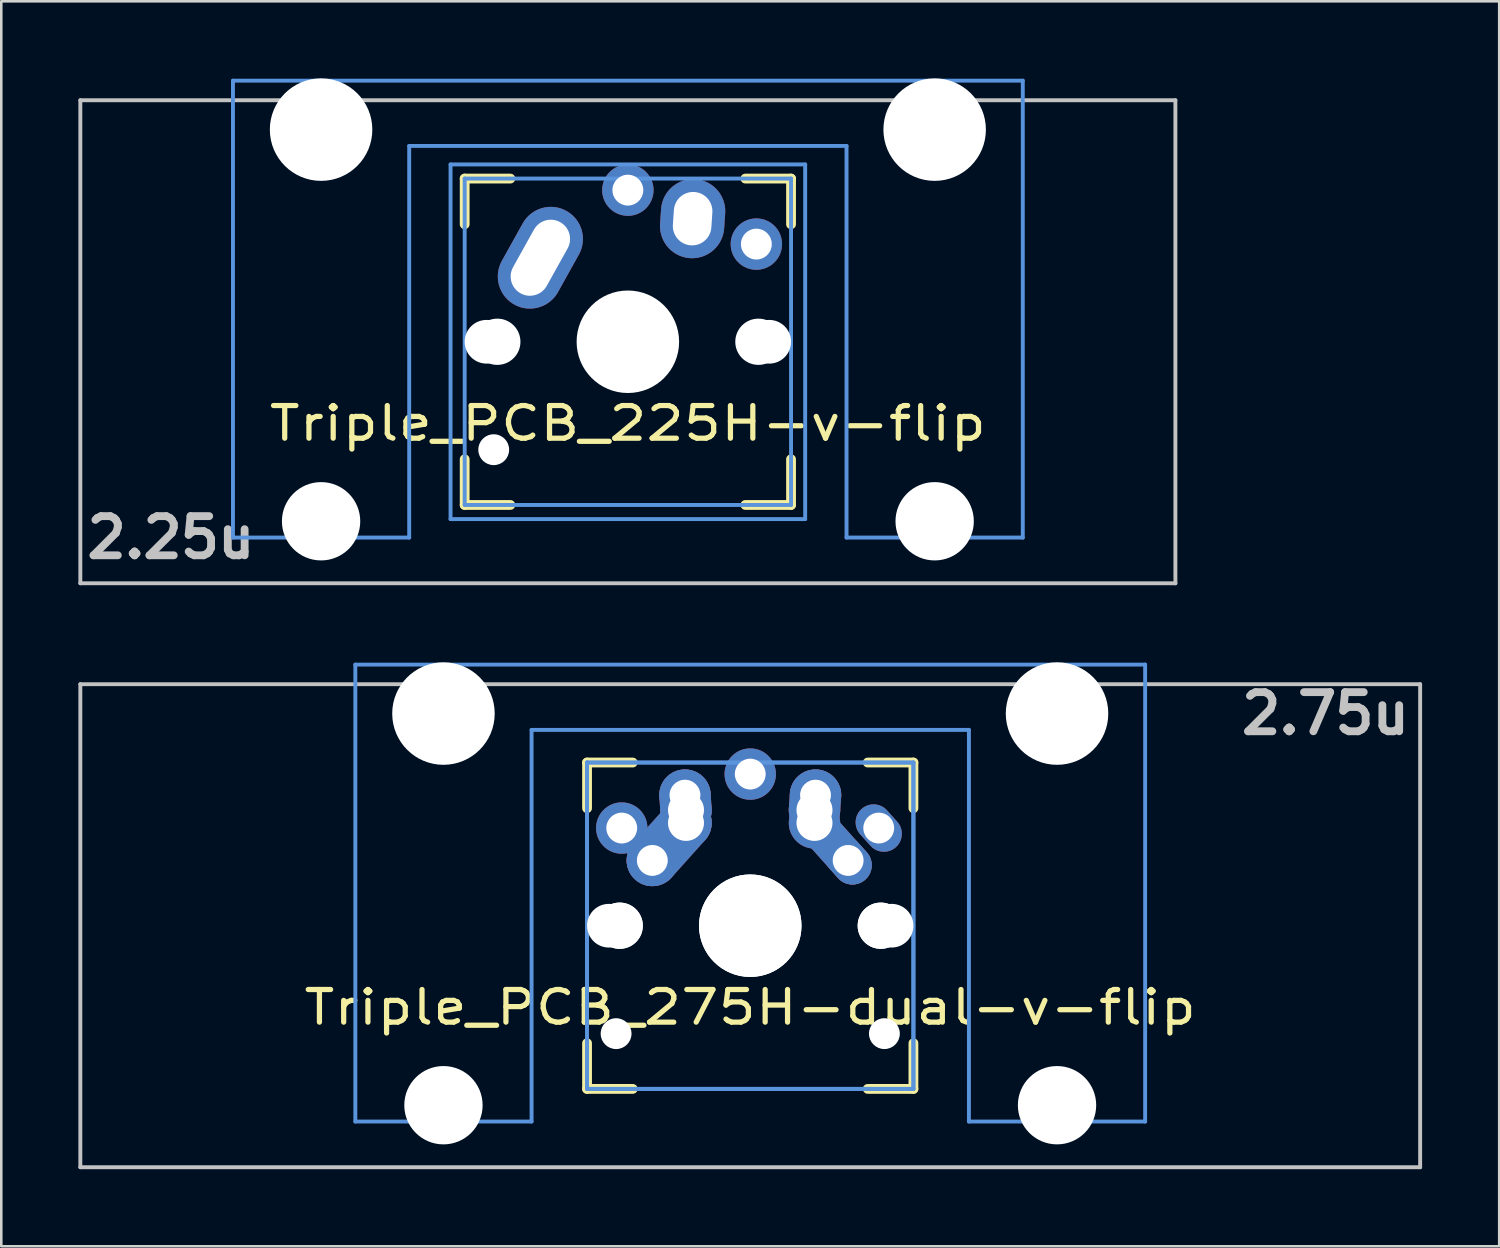
<source format=kicad_pcb>
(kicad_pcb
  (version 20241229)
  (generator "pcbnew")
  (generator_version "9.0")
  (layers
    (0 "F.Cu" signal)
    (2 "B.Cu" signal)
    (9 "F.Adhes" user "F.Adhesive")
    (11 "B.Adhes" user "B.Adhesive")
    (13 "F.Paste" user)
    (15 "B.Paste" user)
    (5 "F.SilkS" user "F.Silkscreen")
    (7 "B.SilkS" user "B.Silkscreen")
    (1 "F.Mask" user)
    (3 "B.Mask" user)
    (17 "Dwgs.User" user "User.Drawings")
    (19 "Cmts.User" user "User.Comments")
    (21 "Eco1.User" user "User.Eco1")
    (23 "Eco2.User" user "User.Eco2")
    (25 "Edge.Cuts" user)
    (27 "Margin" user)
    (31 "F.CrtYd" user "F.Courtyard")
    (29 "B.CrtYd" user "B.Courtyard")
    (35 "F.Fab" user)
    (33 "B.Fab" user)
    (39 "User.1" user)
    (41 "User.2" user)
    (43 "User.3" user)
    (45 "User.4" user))
  (footprint "Triple_PCB_275H-dual-v-flip"
    (layer "F.Cu")
    (at 26.144 32.972)
    (property "Reference" "Triple_PCB_275H-dual-v-flip" (at 0 3.175 0) (layer "F.SilkS") (effects (font (size 1.27 1.524) (thickness 0.203))))
    (attr through_hole)
    (fp_line (start -6.35 -6.35) (end -4.572 -6.35) (stroke (width 0.381) (type solid)) (layer "F.SilkS"))
    (fp_line (start -6.35 -4.572) (end -6.35 -6.35) (stroke (width 0.381) (type solid)) (layer "F.SilkS"))
    (fp_line (start -6.35 6.35) (end -6.35 4.572) (stroke (width 0.381) (type solid)) (layer "F.SilkS"))
    (fp_line (start -4.572 6.35) (end -6.35 6.35) (stroke (width 0.381) (type solid)) (layer "F.SilkS"))
    (fp_line (start 4.572 -6.35) (end 6.35 -6.35) (stroke (width 0.381) (type solid)) (layer "F.SilkS"))
    (fp_line (start 6.35 -6.35) (end 6.35 -4.572) (stroke (width 0.381) (type solid)) (layer "F.SilkS"))
    (fp_line (start 6.35 4.572) (end 6.35 6.35) (stroke (width 0.381) (type solid)) (layer "F.SilkS"))
    (fp_line (start 6.35 6.35) (end 4.572 6.35) (stroke (width 0.381) (type solid)) (layer "F.SilkS"))
    (fp_line (start -26.068 -9.398) (end 26.068 -9.398) (stroke (width 0.152) (type solid)) (layer "Dwgs.User"))
    (fp_line (start -26.068 9.398) (end -26.068 -9.398) (stroke (width 0.152) (type solid)) (layer "Dwgs.User"))
    (fp_line (start 26.068 -9.398) (end 26.068 9.398) (stroke (width 0.152) (type solid)) (layer "Dwgs.User"))
    (fp_line (start 26.068 9.398) (end -26.068 9.398) (stroke (width 0.152) (type solid)) (layer "Dwgs.User"))
    (fp_line (start -15.367 -10.16) (end -15.367 7.62) (stroke (width 0.152) (type solid)) (layer "Cmts.User"))
    (fp_line (start -15.367 7.62) (end -8.509 7.62) (stroke (width 0.152) (type solid)) (layer "Cmts.User"))
    (fp_line (start -8.509 -7.62) (end 8.509 -7.62) (stroke (width 0.152) (type solid)) (layer "Cmts.User"))
    (fp_line (start -8.509 7.62) (end -8.509 -7.62) (stroke (width 0.152) (type solid)) (layer "Cmts.User"))
    (fp_line (start -6.35 -6.35) (end 6.35 -6.35) (stroke (width 0.152) (type solid)) (layer "Cmts.User"))
    (fp_line (start -6.35 -6.35) (end 6.35 -6.35) (stroke (width 0.152) (type solid)) (layer "Cmts.User"))
    (fp_line (start -6.35 6.35) (end -6.35 -6.35) (stroke (width 0.152) (type solid)) (layer "Cmts.User"))
    (fp_line (start -6.35 6.35) (end -6.35 -6.35) (stroke (width 0.152) (type solid)) (layer "Cmts.User"))
    (fp_line (start 6.35 -6.35) (end 6.35 6.35) (stroke (width 0.152) (type solid)) (layer "Cmts.User"))
    (fp_line (start 6.35 -6.35) (end 6.35 6.35) (stroke (width 0.152) (type solid)) (layer "Cmts.User"))
    (fp_line (start 6.35 6.35) (end -6.35 6.35) (stroke (width 0.152) (type solid)) (layer "Cmts.User"))
    (fp_line (start 6.35 6.35) (end -6.35 6.35) (stroke (width 0.152) (type solid)) (layer "Cmts.User"))
    (fp_line (start 8.509 -7.62) (end 8.509 7.62) (stroke (width 0.152) (type solid)) (layer "Cmts.User"))
    (fp_line (start 8.509 7.62) (end 15.367 7.62) (stroke (width 0.152) (type solid)) (layer "Cmts.User"))
    (fp_line (start 15.367 -10.16) (end -15.367 -10.16) (stroke (width 0.152) (type solid)) (layer "Cmts.User"))
    (fp_line (start 15.367 7.62) (end 15.367 -10.16) (stroke (width 0.152) (type solid)) (layer "Cmts.User"))
    (fp_line (start -16.129 -0.508) (end -15.265 -0.508) (stroke (width 0.152) (type solid)) (layer "Eco2.User"))
    (fp_line (start -16.129 2.286) (end -16.129 -0.508) (stroke (width 0.152) (type solid)) (layer "Eco2.User"))
    (fp_line (start -15.265 -6.604) (end -14.224 -6.604) (stroke (width 0.152) (type solid)) (layer "Eco2.User"))
    (fp_line (start -15.265 -0.508) (end -15.265 -6.604) (stroke (width 0.152) (type solid)) (layer "Eco2.User"))
    (fp_line (start -15.265 2.286) (end -16.129 2.286) (stroke (width 0.152) (type solid)) (layer "Eco2.User"))
    (fp_line (start -15.265 5.69) (end -15.265 2.286) (stroke (width 0.152) (type solid)) (layer "Eco2.User"))
    (fp_line (start -14.224 -7.772) (end -9.652 -7.772) (stroke (width 0.152) (type solid)) (layer "Eco2.User"))
    (fp_line (start -14.224 -6.604) (end -14.224 -7.772) (stroke (width 0.152) (type solid)) (layer "Eco2.User"))
    (fp_line (start -9.652 -7.772) (end -9.652 -6.604) (stroke (width 0.152) (type solid)) (layer "Eco2.User"))
    (fp_line (start -9.652 -6.604) (end -8.611 -6.604) (stroke (width 0.152) (type solid)) (layer "Eco2.User"))
    (fp_line (start -8.611 -6.604) (end -8.611 -5.817) (stroke (width 0.152) (type solid)) (layer "Eco2.User"))
    (fp_line (start -8.611 -5.817) (end -6.985 -5.817) (stroke (width 0.152) (type solid)) (layer "Eco2.User"))
    (fp_line (start -8.611 4.877) (end -8.611 5.69) (stroke (width 0.152) (type solid)) (layer "Eco2.User"))
    (fp_line (start -8.611 5.69) (end -15.265 5.69) (stroke (width 0.152) (type solid)) (layer "Eco2.User"))
    (fp_line (start -7.5 -7.5) (end 7.5 -7.5) (stroke (width 0.152) (type solid)) (layer "Eco2.User"))
    (fp_line (start -7.5 7.5) (end -7.5 -7.5) (stroke (width 0.152) (type solid)) (layer "Eco2.User"))
    (fp_line (start -6.985 -6.985) (end 6.985 -6.985) (stroke (width 0.152) (type solid)) (layer "Eco2.User"))
    (fp_line (start -6.985 -6.985) (end 6.985 -6.985) (stroke (width 0.152) (type solid)) (layer "Eco2.User"))
    (fp_line (start -6.985 -5.817) (end -6.985 -6.985) (stroke (width 0.152) (type solid)) (layer "Eco2.User"))
    (fp_line (start -6.985 4.877) (end -8.611 4.877) (stroke (width 0.152) (type solid)) (layer "Eco2.User"))
    (fp_line (start -6.985 6.985) (end -6.985 -6.985) (stroke (width 0.152) (type solid)) (layer "Eco2.User"))
    (fp_line (start -6.985 6.985) (end -6.985 4.877) (stroke (width 0.152) (type solid)) (layer "Eco2.User"))
    (fp_line (start 6.985 -6.985) (end 6.985 -5.817) (stroke (width 0.152) (type solid)) (layer "Eco2.User"))
    (fp_line (start 6.985 -6.985) (end 6.985 6.985) (stroke (width 0.152) (type solid)) (layer "Eco2.User"))
    (fp_line (start 6.985 -5.817) (end 8.611 -5.817) (stroke (width 0.152) (type solid)) (layer "Eco2.User"))
    (fp_line (start 6.985 4.877) (end 6.985 6.985) (stroke (width 0.152) (type solid)) (layer "Eco2.User"))
    (fp_line (start 6.985 6.985) (end -6.985 6.985) (stroke (width 0.152) (type solid)) (layer "Eco2.User"))
    (fp_line (start 6.985 6.985) (end -6.985 6.985) (stroke (width 0.152) (type solid)) (layer "Eco2.User"))
    (fp_line (start 7.5 -7.5) (end 7.5 7.5) (stroke (width 0.152) (type solid)) (layer "Eco2.User"))
    (fp_line (start 7.5 7.5) (end -7.5 7.5) (stroke (width 0.152) (type solid)) (layer "Eco2.User"))
    (fp_line (start 8.611 -6.604) (end 9.652 -6.604) (stroke (width 0.152) (type solid)) (layer "Eco2.User"))
    (fp_line (start 8.611 -5.817) (end 8.611 -6.604) (stroke (width 0.152) (type solid)) (layer "Eco2.User"))
    (fp_line (start 8.611 4.877) (end 6.985 4.877) (stroke (width 0.152) (type solid)) (layer "Eco2.User"))
    (fp_line (start 8.611 5.69) (end 8.611 4.877) (stroke (width 0.152) (type solid)) (layer "Eco2.User"))
    (fp_line (start 9.652 -7.772) (end 14.224 -7.772) (stroke (width 0.152) (type solid)) (layer "Eco2.User"))
    (fp_line (start 9.652 -6.604) (end 9.652 -7.772) (stroke (width 0.152) (type solid)) (layer "Eco2.User"))
    (fp_line (start 14.224 -7.772) (end 14.224 -6.604) (stroke (width 0.152) (type solid)) (layer "Eco2.User"))
    (fp_line (start 14.224 -6.604) (end 15.265 -6.604) (stroke (width 0.152) (type solid)) (layer "Eco2.User"))
    (fp_line (start 15.265 -6.604) (end 15.265 -0.508) (stroke (width 0.152) (type solid)) (layer "Eco2.User"))
    (fp_line (start 15.265 -0.508) (end 16.129 -0.508) (stroke (width 0.152) (type solid)) (layer "Eco2.User"))
    (fp_line (start 15.265 2.286) (end 15.265 5.69) (stroke (width 0.152) (type solid)) (layer "Eco2.User"))
    (fp_line (start 15.265 5.69) (end 8.611 5.69) (stroke (width 0.152) (type solid)) (layer "Eco2.User"))
    (fp_line (start 16.129 -0.508) (end 16.129 2.286) (stroke (width 0.152) (type solid)) (layer "Eco2.User"))
    (fp_line (start 16.129 2.286) (end 15.265 2.286) (stroke (width 0.152) (type solid)) (layer "Eco2.User"))
    (fp_text user "2.75u" (at 22.385 -8.255 180) (layer "Dwgs.User") (effects (font (size 1.524 1.524) (thickness 0.305))))
    (pad "" np_thru_hole circle (at -11.938 -8.255 180) (size 3.988 3.988) (drill 3.988) (layers "*.Cu"))
    (pad "" np_thru_hole circle (at -11.938 6.985 180) (size 3.048 3.048) (drill 3.048) (layers "*.Cu"))
    (pad "" np_thru_hole circle (at -5.5 0) (size 1.7 1.7) (drill 1.7) (layers "*.Cu"))
    (pad "" np_thru_hole circle (at -5.22 4.2) (size 1.2 1.2) (drill 1.2) (layers "*.Cu"))
    (pad "" np_thru_hole circle (at -5.08 0) (size 1.8 1.8) (drill 1.8) (layers "*.Cu"))
    (pad "" np_thru_hole circle (at -5.08 0) (size 1.8 1.8) (drill 1.8) (layers "*.Cu"))
    (pad "" np_thru_hole circle (at 0 0) (size 3.988 3.988) (drill 3.988) (layers "*.Cu"))
    (pad "" np_thru_hole circle (at 0 0) (size 3.988 3.988) (drill 3.988) (layers "*.Cu"))
    (pad "" np_thru_hole circle (at 5.08 0) (size 1.8 1.8) (drill 1.8) (layers "*.Cu"))
    (pad "" np_thru_hole circle (at 5.08 0) (size 1.8 1.8) (drill 1.8) (layers "*.Cu"))
    (pad "" np_thru_hole circle (at 5.22 4.2) (size 1.2 1.2) (drill 1.2) (layers "*.Cu"))
    (pad "" np_thru_hole circle (at 5.5 0) (size 1.7 1.7) (drill 1.7) (layers "*.Cu"))
    (pad "" np_thru_hole circle (at 11.938 -8.255 180) (size 3.988 3.988) (drill 3.988) (layers "*.Cu"))
    (pad "" np_thru_hole circle (at 11.938 6.985 180) (size 3.048 3.048) (drill 3.048) (layers "*.Cu"))
    (pad "1" thru_hole circle (at -5 -3.8 138.1) (size 2 2) (drill 1.2) (layers "*.Cu" "*.Mask"))
    (pad "1" thru_hole circle (at -3.81 -2.54) (size 2 2) (drill oval 1.2) (layers "*.Cu" "*.Mask"))
    (pad "1" smd oval (at -3.155 -3.27 138.1) (size 2 3.962) (layers "F.Cu" "F.Mask" "F.Paste"))
    (pad "1" smd oval (at -3.155 -3.27 138.1) (size 2 3.962) (layers "B.Cu" "B.Mask" "B.Paste"))
    (pad "1" thru_hole circle (at -2.54 -5.08 330.95) (size 2 2) (drill 1.2) (layers "*.Cu" "*.Mask"))
    (pad "1" smd oval (at -2.52 -4.79 3.945) (size 2 2.581) (layers "F.Cu" "F.Mask" "F.Paste"))
    (pad "1" smd oval (at -2.52 -4.79 3.945) (size 2 2.581) (layers "B.Cu" "B.Mask" "B.Paste"))
    (pad "1" thru_hole circle (at -2.5 -4.5 330.95) (size 2 2) (drill 1.4) (layers "*.Cu" "*.Mask"))
    (pad "1" thru_hole circle (at -2.5 -4 330.95) (size 2 2) (drill 1.4) (layers "*.Cu" "*.Mask"))
    (pad "1" thru_hole oval (at 5 -3.8 221.9) (size 1.4 2) (drill 1.2) (layers "*.Cu" "*.Mask"))
    (pad "2" thru_hole circle (at 0 -5.9) (size 2 2) (drill 1.2) (layers "*.Cu" "*.Mask"))
    (pad "2" thru_hole circle (at 2.5 -4.5 330.95) (size 2 2) (drill 1.4) (layers "*.Cu" "*.Mask"))
    (pad "2" thru_hole circle (at 2.5 -4) (size 2 2) (drill 1.4) (layers "*.Cu" "*.Mask"))
    (pad "2" smd oval (at 2.52 -4.79 356.055) (size 2 2.581) (layers "F.Cu" "F.Mask" "F.Paste"))
    (pad "2" smd oval (at 2.52 -4.79 356.055) (size 2 2.581) (layers "B.Cu" "B.Mask" "B.Paste"))
    (pad "2" thru_hole circle (at 2.54 -5.08 330.95) (size 2 2) (drill 1.2) (layers "*.Cu" "*.Mask"))
    (pad "2" smd oval (at 3.155 -3.27 221.9) (size 1.5 3.962) (layers "F.Cu" "F.Mask" "F.Paste"))
    (pad "2" smd oval (at 3.155 -3.27 221.9) (size 1.5 3.962) (layers "B.Cu" "B.Mask" "B.Paste"))
    (pad "2" thru_hole oval (at 3.81 -2.54 311.9) (size 2 1.5) (drill 1.2) (layers "*.Cu" "*.Mask")))
  (footprint "Triple_PCB_225H-v-flip"
    (layer "F.Cu")
    (at 21.382 10.249)
    (property "Reference" "Triple_PCB_225H-v-flip" (at 0 3.175 0) (layer "F.SilkS") (effects (font (size 1.27 1.524) (thickness 0.203))))
    (attr through_hole)
    (fp_line (start -6.35 -6.35) (end -4.572 -6.35) (stroke (width 0.381) (type solid)) (layer "F.SilkS"))
    (fp_line (start -6.35 -4.572) (end -6.35 -6.35) (stroke (width 0.381) (type solid)) (layer "F.SilkS"))
    (fp_line (start -6.35 6.35) (end -6.35 4.572) (stroke (width 0.381) (type solid)) (layer "F.SilkS"))
    (fp_line (start -4.572 6.35) (end -6.35 6.35) (stroke (width 0.381) (type solid)) (layer "F.SilkS"))
    (fp_line (start 4.572 -6.35) (end 6.35 -6.35) (stroke (width 0.381) (type solid)) (layer "F.SilkS"))
    (fp_line (start 6.35 -6.35) (end 6.35 -4.572) (stroke (width 0.381) (type solid)) (layer "F.SilkS"))
    (fp_line (start 6.35 4.572) (end 6.35 6.35) (stroke (width 0.381) (type solid)) (layer "F.SilkS"))
    (fp_line (start 6.35 6.35) (end 4.572 6.35) (stroke (width 0.381) (type solid)) (layer "F.SilkS"))
    (fp_line (start -21.306 -9.398) (end 21.306 -9.398) (stroke (width 0.152) (type solid)) (layer "Dwgs.User"))
    (fp_line (start -21.306 9.398) (end -21.306 -9.398) (stroke (width 0.152) (type solid)) (layer "Dwgs.User"))
    (fp_line (start 21.306 -9.398) (end 21.306 9.398) (stroke (width 0.152) (type solid)) (layer "Dwgs.User"))
    (fp_line (start 21.306 9.398) (end -21.306 9.398) (stroke (width 0.152) (type solid)) (layer "Dwgs.User"))
    (fp_line (start -15.367 -10.16) (end -15.367 7.62) (stroke (width 0.152) (type solid)) (layer "Cmts.User"))
    (fp_line (start -15.367 7.62) (end -8.509 7.62) (stroke (width 0.152) (type solid)) (layer "Cmts.User"))
    (fp_line (start -8.509 -7.62) (end 8.509 -7.62) (stroke (width 0.152) (type solid)) (layer "Cmts.User"))
    (fp_line (start -8.509 7.62) (end -8.509 -7.62) (stroke (width 0.152) (type solid)) (layer "Cmts.User"))
    (fp_line (start -6.9 -6.9) (end 6.9 -6.9) (stroke (width 0.152) (type solid)) (layer "Cmts.User"))
    (fp_line (start -6.9 6.9) (end -6.9 -6.9) (stroke (width 0.152) (type solid)) (layer "Cmts.User"))
    (fp_line (start -6.35 -6.35) (end 6.35 -6.35) (stroke (width 0.152) (type solid)) (layer "Cmts.User"))
    (fp_line (start -6.35 6.35) (end -6.35 -6.35) (stroke (width 0.152) (type solid)) (layer "Cmts.User"))
    (fp_line (start 6.35 -6.35) (end 6.35 6.35) (stroke (width 0.152) (type solid)) (layer "Cmts.User"))
    (fp_line (start 6.35 6.35) (end -6.35 6.35) (stroke (width 0.152) (type solid)) (layer "Cmts.User"))
    (fp_line (start 6.9 -6.9) (end 6.9 6.9) (stroke (width 0.152) (type solid)) (layer "Cmts.User"))
    (fp_line (start 6.9 6.9) (end -6.9 6.9) (stroke (width 0.152) (type solid)) (layer "Cmts.User"))
    (fp_line (start 8.509 -7.62) (end 8.509 7.62) (stroke (width 0.152) (type solid)) (layer "Cmts.User"))
    (fp_line (start 8.509 7.62) (end 15.367 7.62) (stroke (width 0.152) (type solid)) (layer "Cmts.User"))
    (fp_line (start 15.367 -10.16) (end -15.367 -10.16) (stroke (width 0.152) (type solid)) (layer "Cmts.User"))
    (fp_line (start 15.367 7.62) (end 15.367 -10.16) (stroke (width 0.152) (type solid)) (layer "Cmts.User"))
    (fp_line (start -16.129 -0.508) (end -15.265 -0.508) (stroke (width 0.152) (type solid)) (layer "Eco2.User"))
    (fp_line (start -16.129 2.286) (end -16.129 -0.508) (stroke (width 0.152) (type solid)) (layer "Eco2.User"))
    (fp_line (start -15.265 -6.604) (end -14.224 -6.604) (stroke (width 0.152) (type solid)) (layer "Eco2.User"))
    (fp_line (start -15.265 -0.508) (end -15.265 -6.604) (stroke (width 0.152) (type solid)) (layer "Eco2.User"))
    (fp_line (start -15.265 2.286) (end -16.129 2.286) (stroke (width 0.152) (type solid)) (layer "Eco2.User"))
    (fp_line (start -15.265 5.69) (end -15.265 2.286) (stroke (width 0.152) (type solid)) (layer "Eco2.User"))
    (fp_line (start -14.224 -7.772) (end -9.652 -7.772) (stroke (width 0.152) (type solid)) (layer "Eco2.User"))
    (fp_line (start -14.224 -6.604) (end -14.224 -7.772) (stroke (width 0.152) (type solid)) (layer "Eco2.User"))
    (fp_line (start -9.652 -7.772) (end -9.652 -6.604) (stroke (width 0.152) (type solid)) (layer "Eco2.User"))
    (fp_line (start -9.652 -6.604) (end -8.611 -6.604) (stroke (width 0.152) (type solid)) (layer "Eco2.User"))
    (fp_line (start -8.611 -6.604) (end -8.611 -5.817) (stroke (width 0.152) (type solid)) (layer "Eco2.User"))
    (fp_line (start -8.611 -5.817) (end -6.985 -5.817) (stroke (width 0.152) (type solid)) (layer "Eco2.User"))
    (fp_line (start -8.611 4.877) (end -8.611 5.69) (stroke (width 0.152) (type solid)) (layer "Eco2.User"))
    (fp_line (start -8.611 5.69) (end -15.265 5.69) (stroke (width 0.152) (type solid)) (layer "Eco2.User"))
    (fp_line (start -7.5 -7.5) (end 7.5 -7.5) (stroke (width 0.152) (type solid)) (layer "Eco2.User"))
    (fp_line (start -7.5 7.5) (end -7.5 -7.5) (stroke (width 0.152) (type solid)) (layer "Eco2.User"))
    (fp_line (start -6.985 -6.985) (end 6.985 -6.985) (stroke (width 0.152) (type solid)) (layer "Eco2.User"))
    (fp_line (start -6.985 -5.817) (end -6.985 -6.985) (stroke (width 0.152) (type solid)) (layer "Eco2.User"))
    (fp_line (start -6.985 4.877) (end -8.611 4.877) (stroke (width 0.152) (type solid)) (layer "Eco2.User"))
    (fp_line (start -6.985 6.985) (end -6.985 4.877) (stroke (width 0.152) (type solid)) (layer "Eco2.User"))
    (fp_line (start 6.985 -6.985) (end 6.985 -5.817) (stroke (width 0.152) (type solid)) (layer "Eco2.User"))
    (fp_line (start 6.985 -5.817) (end 8.611 -5.817) (stroke (width 0.152) (type solid)) (layer "Eco2.User"))
    (fp_line (start 6.985 4.877) (end 6.985 6.985) (stroke (width 0.152) (type solid)) (layer "Eco2.User"))
    (fp_line (start 6.985 6.985) (end -6.985 6.985) (stroke (width 0.152) (type solid)) (layer "Eco2.User"))
    (fp_line (start 7.5 -7.5) (end 7.5 7.5) (stroke (width 0.152) (type solid)) (layer "Eco2.User"))
    (fp_line (start 7.5 7.5) (end -7.5 7.5) (stroke (width 0.152) (type solid)) (layer "Eco2.User"))
    (fp_line (start 8.611 -6.604) (end 9.652 -6.604) (stroke (width 0.152) (type solid)) (layer "Eco2.User"))
    (fp_line (start 8.611 -5.817) (end 8.611 -6.604) (stroke (width 0.152) (type solid)) (layer "Eco2.User"))
    (fp_line (start 8.611 4.877) (end 6.985 4.877) (stroke (width 0.152) (type solid)) (layer "Eco2.User"))
    (fp_line (start 8.611 5.69) (end 8.611 4.877) (stroke (width 0.152) (type solid)) (layer "Eco2.User"))
    (fp_line (start 9.652 -7.772) (end 14.224 -7.772) (stroke (width 0.152) (type solid)) (layer "Eco2.User"))
    (fp_line (start 9.652 -6.604) (end 9.652 -7.772) (stroke (width 0.152) (type solid)) (layer "Eco2.User"))
    (fp_line (start 14.224 -7.772) (end 14.224 -6.604) (stroke (width 0.152) (type solid)) (layer "Eco2.User"))
    (fp_line (start 14.224 -6.604) (end 15.265 -6.604) (stroke (width 0.152) (type solid)) (layer "Eco2.User"))
    (fp_line (start 15.265 -6.604) (end 15.265 -0.508) (stroke (width 0.152) (type solid)) (layer "Eco2.User"))
    (fp_line (start 15.265 -0.508) (end 16.129 -0.508) (stroke (width 0.152) (type solid)) (layer "Eco2.User"))
    (fp_line (start 15.265 2.286) (end 15.265 5.69) (stroke (width 0.152) (type solid)) (layer "Eco2.User"))
    (fp_line (start 15.265 5.69) (end 8.611 5.69) (stroke (width 0.152) (type solid)) (layer "Eco2.User"))
    (fp_line (start 16.129 -0.508) (end 16.129 2.286) (stroke (width 0.152) (type solid)) (layer "Eco2.User"))
    (fp_line (start 16.129 2.286) (end 15.265 2.286) (stroke (width 0.152) (type solid)) (layer "Eco2.User"))
    (fp_text user "2.25u" (at -17.78 7.62 180) (layer "Dwgs.User") (effects (font (size 1.524 1.524) (thickness 0.305))))
    (pad "" np_thru_hole circle (at -11.938 -8.255 180) (size 3.988 3.988) (drill 3.988) (layers "*.Cu"))
    (pad "" np_thru_hole circle (at -11.938 6.985 180) (size 3.048 3.048) (drill 3.048) (layers "*.Cu"))
    (pad "" np_thru_hole circle (at -5.5 0) (size 1.7 1.7) (drill 1.7) (layers "*.Cu"))
    (pad "" np_thru_hole circle (at -5.22 4.2) (size 1.2 1.2) (drill 1.2) (layers "*.Cu"))
    (pad "" np_thru_hole circle (at -5.08 0) (size 1.8 1.8) (drill 1.8) (layers "*.Cu"))
    (pad "" np_thru_hole circle (at 0 0) (size 3.4 3.4) (drill 3.4) (layers "*.Cu"))
    (pad "" np_thru_hole circle (at 0 0) (size 3.988 3.988) (drill 3.988) (layers "*.Cu"))
    (pad "" np_thru_hole circle (at 5.08 0) (size 1.8 1.8) (drill 1.8) (layers "*.Cu"))
    (pad "" np_thru_hole circle (at 5.5 0) (size 1.7 1.7) (drill 1.7) (layers "*.Cu"))
    (pad "" np_thru_hole circle (at 11.938 -8.255 180) (size 3.988 3.988) (drill 3.988) (layers "*.Cu"))
    (pad "" np_thru_hole circle (at 11.938 6.985 180) (size 3.048 3.048) (drill 3.048) (layers "*.Cu"))
    (pad "1" thru_hole oval (at -3.405 -3.27 330.9) (size 2.5 4.17) (drill oval 1.5 3.17) (layers "*.Cu" "*.Mask"))
    (pad "1" thru_hole circle (at 0 -5.9) (size 2 2) (drill 1.2) (layers "*.Cu" "*.Mask"))
    (pad "2" thru_hole oval (at 2.52 -4.79 356.1) (size 2.5 3.08) (drill oval 1.5 2.08) (layers "*.Cu" "*.Mask"))
    (pad "2" thru_hole circle (at 5 -3.8 221.9) (size 2 2) (drill 1.2) (layers "*.Cu" "*.Mask")))
  (gr_rect
    (start -3 -3)
    (end 55.288 45.446)
    (stroke (width 0.1) (type default))
    (fill no)
    (layer "Edge.Cuts")))
</source>
